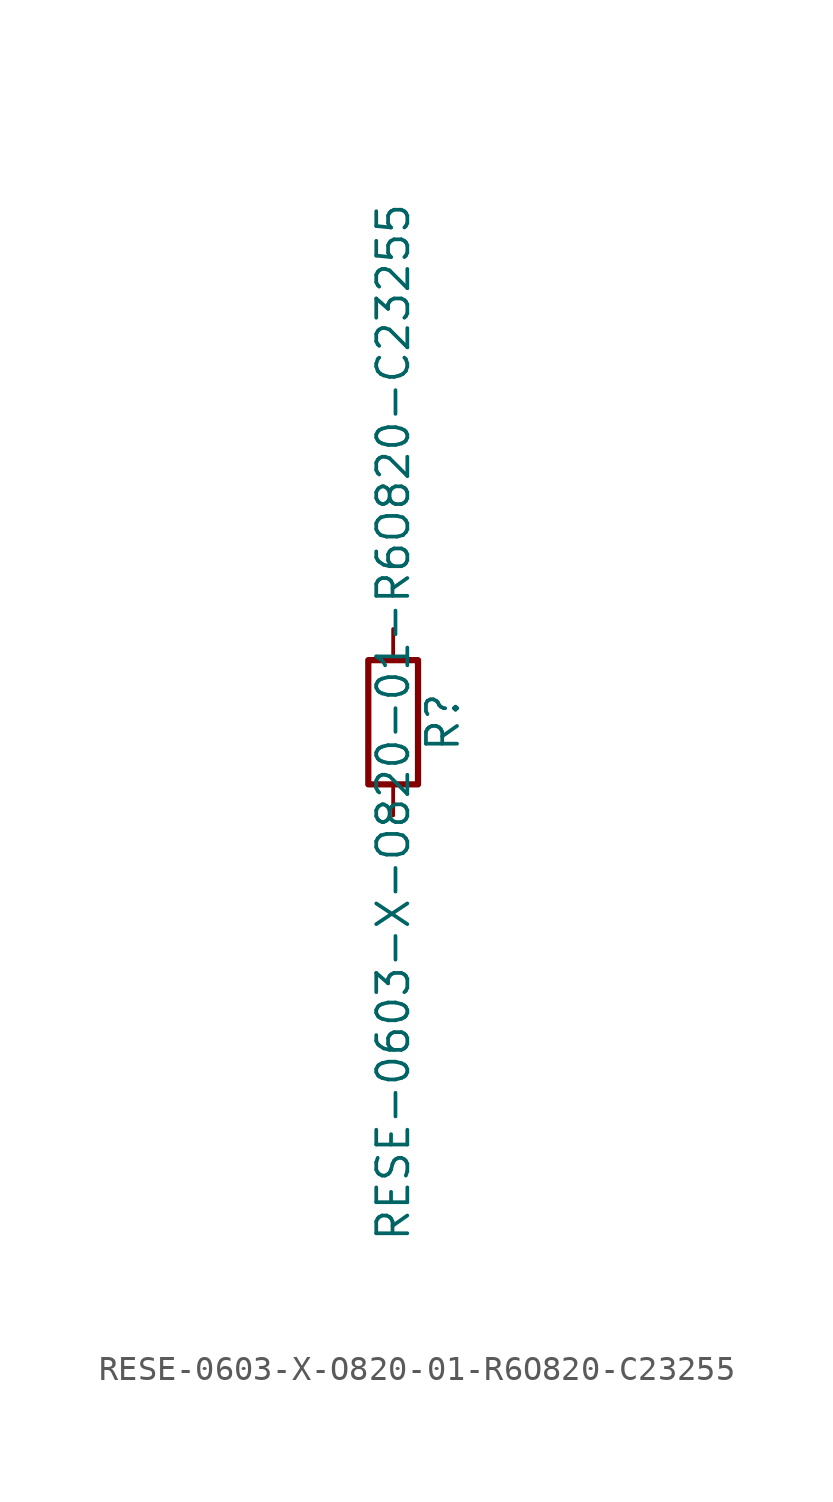
<source format=kicad_sym>
(kicad_symbol_lib
  (version 20211014)
  (generator kicad_symbol_editor)
  (symbol "RESE-0603-X-O820-01-R6O820-C23255"
    (pin_numbers hide)
    (pin_names
      (offset 0))
    (property "Reference" "R"
      (at 2.032 0 90)
      (effects (font (size 1.27 1.27))))
    (property "Value" "RESE-0603-X-O820-01-R6O820-C23255"
      (at 0 0 90)
      (effects (font (size 1.27 1.27))))
    (symbol "RESE-0603-X-O820-01-R6O820-C23255_0_1"
      (rectangle (start -1.016 -2.54) (end 1.016 2.54) (stroke (width 0.254) (type default) (color 0 0 0 0)) (fill (type none))))
    (symbol "RESE-0603-X-O820-01-R6O820-C23255_1_1"
      (pin passive line (at 0 3.81 270) (length 1.27) (name "~" (effects (font (size 1.27 1.27)))) (number "1" (effects (font (size 1.27 1.27)))))
      (pin passive line (at 0 -3.81 90) (length 1.27) (name "~" (effects (font (size 1.27 1.27)))) (number "2" (effects (font (size 1.27 1.27))))))))
</source>
